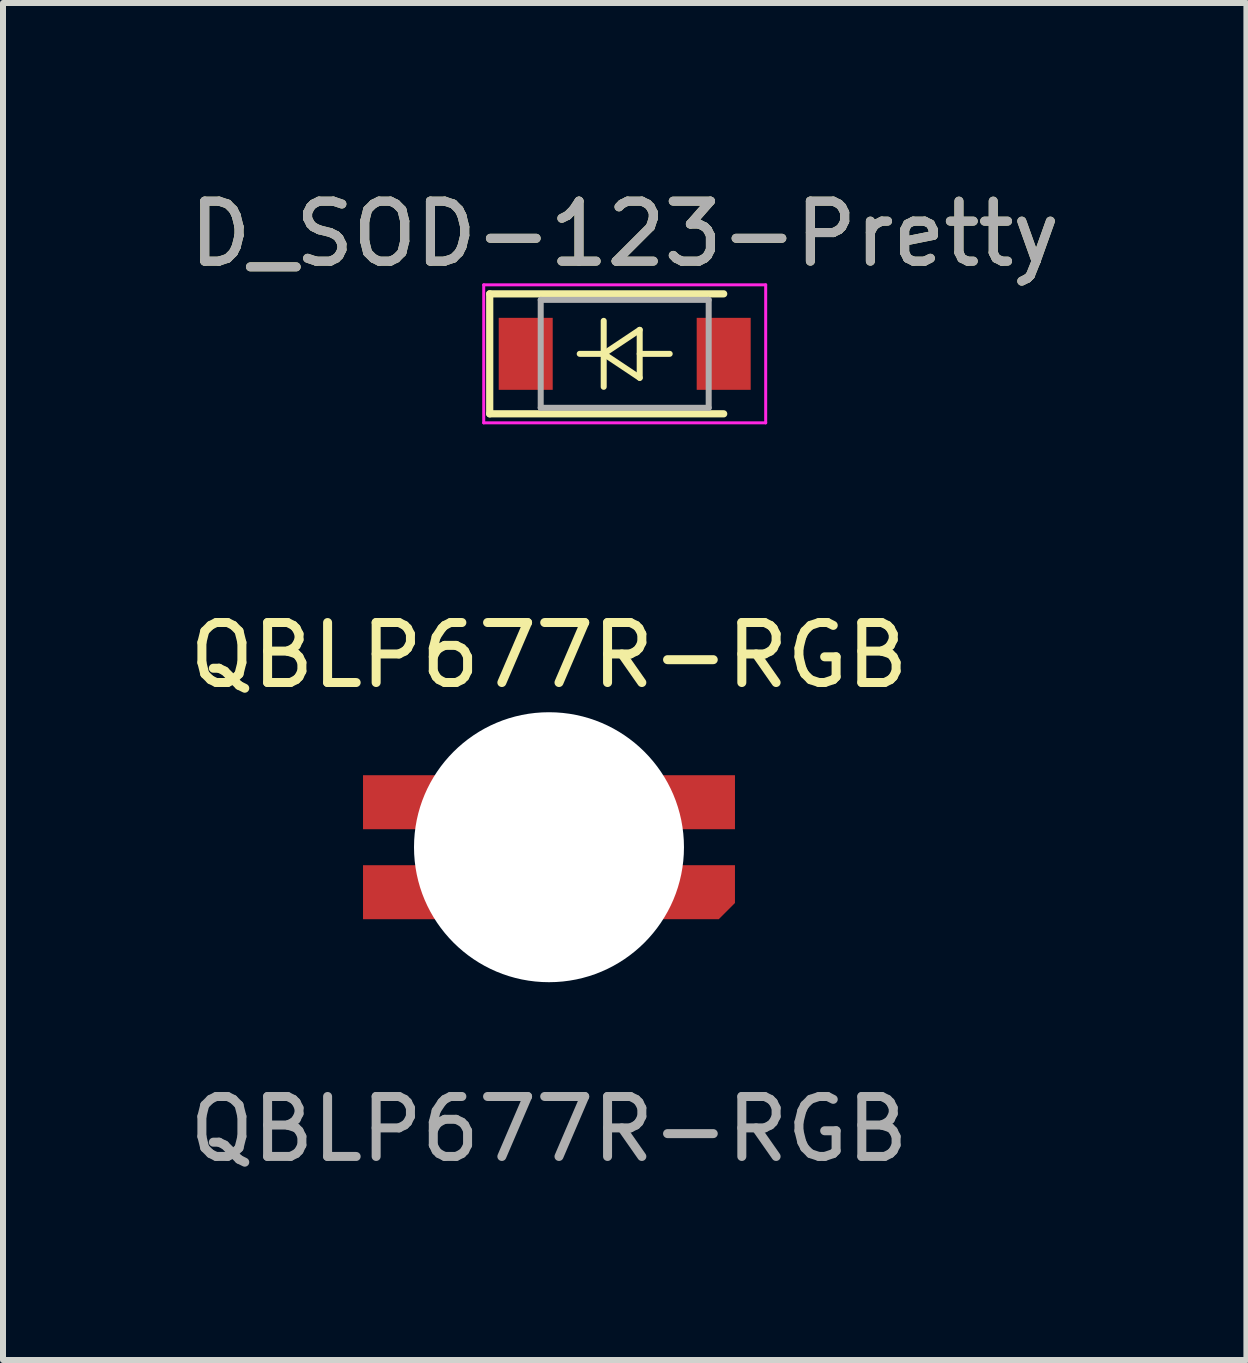
<source format=kicad_pcb>
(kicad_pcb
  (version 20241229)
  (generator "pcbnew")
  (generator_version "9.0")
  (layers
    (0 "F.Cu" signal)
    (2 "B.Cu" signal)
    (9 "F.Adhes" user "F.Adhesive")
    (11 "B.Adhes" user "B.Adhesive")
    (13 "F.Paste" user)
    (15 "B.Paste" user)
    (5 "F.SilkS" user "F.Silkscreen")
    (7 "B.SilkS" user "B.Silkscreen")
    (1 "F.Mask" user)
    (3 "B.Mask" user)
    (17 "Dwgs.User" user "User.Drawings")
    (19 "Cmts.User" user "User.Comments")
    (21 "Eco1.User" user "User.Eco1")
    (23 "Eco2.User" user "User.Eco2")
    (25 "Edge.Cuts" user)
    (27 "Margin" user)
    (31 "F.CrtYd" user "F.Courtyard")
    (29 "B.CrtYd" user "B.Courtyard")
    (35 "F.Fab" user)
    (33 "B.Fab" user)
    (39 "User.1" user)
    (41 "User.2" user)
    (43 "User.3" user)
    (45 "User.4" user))
  (footprint "D_SOD-123-Pretty"
    (layer "F.Cu")
    (at 7.363 2.848)
    (property "Reference" "D_SOD-123-Pretty" (at 0 -2 0) (layer "F.SilkS") (effects (font (size 1 1) (thickness 0.15))))
    (attr smd)
    (fp_line (start -2.25 -1) (end -2.25 1) (stroke (width 0.12) (type solid)) (layer "F.SilkS"))
    (fp_line (start -2.25 -1) (end 1.65 -1) (stroke (width 0.12) (type solid)) (layer "F.SilkS"))
    (fp_line (start -2.25 1) (end 1.65 1) (stroke (width 0.12) (type solid)) (layer "F.SilkS"))
    (fp_line (start -0.75 0) (end -0.35 0) (stroke (width 0.1) (type solid)) (layer "F.SilkS"))
    (fp_line (start -0.35 0) (end -0.35 -0.55) (stroke (width 0.1) (type solid)) (layer "F.SilkS"))
    (fp_line (start -0.35 0) (end -0.35 0.55) (stroke (width 0.1) (type solid)) (layer "F.SilkS"))
    (fp_line (start -0.35 0) (end 0.25 -0.4) (stroke (width 0.1) (type solid)) (layer "F.SilkS"))
    (fp_line (start 0.25 -0.4) (end 0.25 0.4) (stroke (width 0.1) (type solid)) (layer "F.SilkS"))
    (fp_line (start 0.25 0) (end 0.75 0) (stroke (width 0.1) (type solid)) (layer "F.SilkS"))
    (fp_line (start 0.25 0.4) (end -0.35 0) (stroke (width 0.1) (type solid)) (layer "F.SilkS"))
    (fp_line (start -2.35 -1.15) (end -2.35 1.15) (stroke (width 0.05) (type solid)) (layer "F.CrtYd"))
    (fp_line (start -2.35 -1.15) (end 2.35 -1.15) (stroke (width 0.05) (type solid)) (layer "F.CrtYd"))
    (fp_line (start 2.35 -1.15) (end 2.35 1.15) (stroke (width 0.05) (type solid)) (layer "F.CrtYd"))
    (fp_line (start 2.35 1.15) (end -2.35 1.15) (stroke (width 0.05) (type solid)) (layer "F.CrtYd"))
    (fp_line (start -1.4 -0.9) (end 1.4 -0.9) (stroke (width 0.1) (type solid)) (layer "F.Fab"))
    (fp_line (start -1.4 0.9) (end -1.4 -0.9) (stroke (width 0.1) (type solid)) (layer "F.Fab"))
    (fp_line (start 1.4 -0.9) (end 1.4 0.9) (stroke (width 0.1) (type solid)) (layer "F.Fab"))
    (fp_line (start 1.4 0.9) (end -1.4 0.9) (stroke (width 0.1) (type solid)) (layer "F.Fab"))
    (fp_text user "${REFERENCE}" (at 0 -2 0) (layer "F.Fab") (effects (font (size 1 1) (thickness 0.15))))
    (pad "1" smd rect (at -1.65 0) (size 0.9 1.2) (layers "F.Cu" "F.Mask" "F.Paste"))
    (pad "2" smd rect (at 1.65 0) (size 0.9 1.2) (layers "F.Cu" "F.Mask" "F.Paste")))
  (footprint "QBLP677R-RGB"
    (layer "F.Cu")
    (at 6.101 11.072)
    (property "Reference" "QBLP677R-RGB" (at 0 -3.2 0) (unlocked yes) (layer "F.SilkS") (effects (font (size 1 1) (thickness 0.15))))
    (attr smd)
    (fp_text user "${REFERENCE}" (at 0 4.7 0) (unlocked yes) (layer "F.Fab") (effects (font (size 1 1) (thickness 0.15))))
    (pad "" np_thru_hole circle (at 0 0) (size 4.5 4.5) (drill 4.5) (layers "*.Cu" "*.Mask"))
    (pad "1" smd roundrect (at 2.35 0.75) (size 1.5 0.9) (layers "F.Cu" "F.Mask" "F.Paste") (roundrect_rratio 0) (chamfer_ratio 0.3) (chamfer bottom_right))
    (pad "2" smd rect (at -2.35 0.75) (size 1.5 0.9) (layers "F.Cu" "F.Mask" "F.Paste"))
    (pad "3" smd rect (at 2.35 -0.75) (size 1.5 0.9) (layers "F.Cu" "F.Mask" "F.Paste"))
    (pad "4" smd rect (at -2.35 -0.75) (size 1.5 0.9) (layers "F.Cu" "F.Mask" "F.Paste")))
  (gr_rect
    (start -3 -3)
    (end 17.726 19.62)
    (stroke (width 0.1) (type default))
    (fill no)
    (layer "Edge.Cuts")))
</source>
